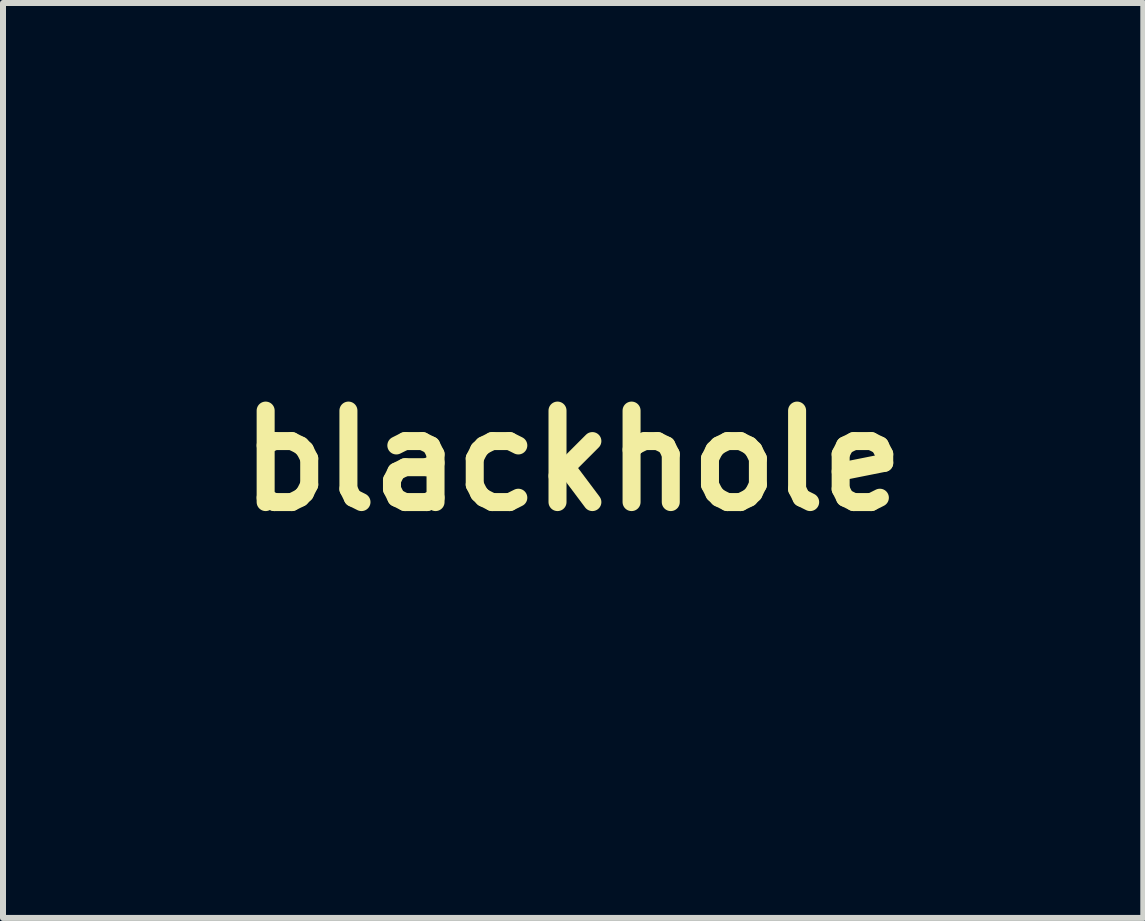
<source format=kicad_pcb>
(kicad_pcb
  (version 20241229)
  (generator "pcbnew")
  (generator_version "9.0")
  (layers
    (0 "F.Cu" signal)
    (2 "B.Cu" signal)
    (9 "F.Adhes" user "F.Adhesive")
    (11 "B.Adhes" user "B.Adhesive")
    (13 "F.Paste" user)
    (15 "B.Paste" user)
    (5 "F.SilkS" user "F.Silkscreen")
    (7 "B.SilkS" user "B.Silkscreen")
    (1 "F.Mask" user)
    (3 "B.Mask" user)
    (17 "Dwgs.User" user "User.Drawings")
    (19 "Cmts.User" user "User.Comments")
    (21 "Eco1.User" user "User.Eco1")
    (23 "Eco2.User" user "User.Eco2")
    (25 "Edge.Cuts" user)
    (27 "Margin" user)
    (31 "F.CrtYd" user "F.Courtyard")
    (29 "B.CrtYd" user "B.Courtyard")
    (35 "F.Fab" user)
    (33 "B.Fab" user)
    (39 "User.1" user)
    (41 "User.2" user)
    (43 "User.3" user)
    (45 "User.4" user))
  (footprint "blackhole"
    (layer "F.Cu")
    (at 6.492 4.625)
    (property "Reference" "blackhole" (at 0 0 0) (layer "F.SilkS") (effects (font (size 1.524 1.524) (thickness 0.3))))
    (attr through_hole)
    (fp_poly (pts (xy -1.107 -4.459) (xy -1.032 -4.414) (xy -0.975 -4.348) (xy -0.944 -4.267) (xy -0.947 -4.178) (xy -0.991 -4.087) (xy -1.01 -4.064) (xy -1.097 -3.999) (xy -1.195 -3.972) (xy -1.286 -3.986) (xy -1.373 -4.047) (xy -1.427 -4.133) (xy -1.444 -4.232) (xy -1.421 -4.329) (xy -1.374 -4.396) (xy -1.286 -4.457) (xy -1.195 -4.475) (xy -1.107 -4.459)) (stroke (width 0.01) (type solid)) (fill yes) (layer "F.Mask"))
    (fp_poly (pts (xy 1.224 3.984) (xy 1.316 4.028) (xy 1.351 4.061) (xy 1.411 4.159) (xy 1.422 4.258) (xy 1.384 4.354) (xy 1.348 4.396) (xy 1.277 4.45) (xy 1.199 4.469) (xy 1.177 4.47) (xy 1.101 4.462) (xy 1.041 4.446) (xy 1.035 4.443) (xy 0.975 4.383) (xy 0.934 4.295) (xy 0.923 4.201) (xy 0.925 4.179) (xy 0.966 4.082) (xy 1.037 4.014) (xy 1.127 3.981) (xy 1.224 3.984)) (stroke (width 0.01) (type solid)) (fill yes) (layer "F.Mask"))
    (fp_poly (pts (xy -5.841 1.53) (xy -5.798 1.551) (xy -5.744 1.596) (xy -5.673 1.67) (xy -5.639 1.707) (xy -5.348 2.021) (xy -5.075 2.295) (xy -4.813 2.537) (xy -4.554 2.751) (xy -4.291 2.944) (xy -4.018 3.12) (xy -3.727 3.286) (xy -3.607 3.35) (xy -3.091 3.591) (xy -2.563 3.784) (xy -2.021 3.932) (xy -1.46 4.034) (xy -0.878 4.091) (xy -0.63 4.102) (xy -0.454 4.108) (xy -0.321 4.116) (xy -0.225 4.128) (xy -0.157 4.146) (xy -0.111 4.173) (xy -0.079 4.209) (xy -0.055 4.258) (xy -0.052 4.265) (xy -0.032 4.366) (xy -0.061 4.466) (xy -0.112 4.539) (xy -0.173 4.61) (xy -0.576 4.613) (xy -0.722 4.614) (xy -0.859 4.613) (xy -0.974 4.611) (xy -1.055 4.609) (xy -1.079 4.607) (xy -1.695 4.525) (xy -2.292 4.397) (xy -2.87 4.224) (xy -3.427 4.006) (xy -3.961 3.744) (xy -4.47 3.439) (xy -4.951 3.092) (xy -5.405 2.703) (xy -5.456 2.655) (xy -5.566 2.546) (xy -5.687 2.421) (xy -5.809 2.288) (xy -5.925 2.158) (xy -6.026 2.039) (xy -6.103 1.942) (xy -6.129 1.906) (xy -6.168 1.811) (xy -6.163 1.716) (xy -6.119 1.632) (xy -6.044 1.566) (xy -5.943 1.529) (xy -5.885 1.524) (xy -5.841 1.53)) (stroke (width 0.01) (type solid)) (fill yes) (layer "F.Mask"))
    (fp_poly (pts (xy 0.804 -4.615) (xy 0.987 -4.606) (xy 1.105 -4.597) (xy 1.703 -4.519) (xy 2.287 -4.393) (xy 2.854 -4.222) (xy 3.402 -4.007) (xy 3.928 -3.749) (xy 4.429 -3.45) (xy 4.903 -3.111) (xy 5.346 -2.734) (xy 5.757 -2.319) (xy 5.871 -2.19) (xy 5.957 -2.088) (xy 6.032 -1.994) (xy 6.089 -1.917) (xy 6.121 -1.867) (xy 6.124 -1.86) (xy 6.138 -1.758) (xy 6.111 -1.663) (xy 6.048 -1.585) (xy 5.959 -1.535) (xy 5.883 -1.524) (xy 5.829 -1.527) (xy 5.785 -1.542) (xy 5.738 -1.577) (xy 5.678 -1.638) (xy 5.639 -1.682) (xy 5.354 -1.992) (xy 5.085 -2.264) (xy 4.824 -2.503) (xy 4.564 -2.717) (xy 4.297 -2.912) (xy 4.191 -2.983) (xy 3.785 -3.235) (xy 3.386 -3.446) (xy 2.979 -3.625) (xy 2.549 -3.777) (xy 2.181 -3.885) (xy 1.894 -3.952) (xy 1.583 -4.01) (xy 1.261 -4.057) (xy 0.944 -4.09) (xy 0.644 -4.108) (xy 0.378 -4.11) (xy 0.243 -4.113) (xy 0.146 -4.134) (xy 0.079 -4.179) (xy 0.033 -4.25) (xy 0.026 -4.265) (xy 0.007 -4.366) (xy 0.036 -4.466) (xy 0.087 -4.539) (xy 0.114 -4.569) (xy 0.143 -4.589) (xy 0.183 -4.602) (xy 0.244 -4.61) (xy 0.336 -4.615) (xy 0.461 -4.619) (xy 0.621 -4.62) (xy 0.804 -4.615)) (stroke (width 0.01) (type solid)) (fill yes) (layer "F.Mask"))
    (fp_poly (pts (xy 0.279 -1.473) (xy 0.637 -1.426) (xy 0.981 -1.342) (xy 1.121 -1.296) (xy 1.399 -1.175) (xy 1.64 -1.032) (xy 1.843 -0.87) (xy 2.006 -0.692) (xy 2.128 -0.501) (xy 2.209 -0.301) (xy 2.246 -0.096) (xy 2.24 0.113) (xy 2.188 0.321) (xy 2.089 0.525) (xy 1.943 0.722) (xy 1.869 0.8) (xy 1.64 0.99) (xy 1.37 1.15) (xy 1.061 1.279) (xy 0.714 1.378) (xy 0.686 1.384) (xy 0.553 1.405) (xy 0.383 1.422) (xy 0.192 1.432) (xy -0.008 1.437) (xy -0.201 1.436) (xy -0.374 1.428) (xy -0.512 1.414) (xy -0.521 1.413) (xy -0.884 1.334) (xy -1.21 1.225) (xy -1.498 1.086) (xy -1.745 0.917) (xy -1.935 0.738) (xy -2.087 0.538) (xy -2.191 0.331) (xy -2.246 0.121) (xy -2.251 -0.029) (xy -1.733 -0.029) (xy -1.716 0.113) (xy -1.663 0.243) (xy -1.568 0.37) (xy -1.49 0.448) (xy -1.294 0.598) (xy -1.06 0.721) (xy -0.795 0.817) (xy -0.506 0.884) (xy -0.199 0.92) (xy 0.118 0.924) (xy 0.44 0.894) (xy 0.495 0.886) (xy 0.746 0.83) (xy 0.982 0.751) (xy 1.196 0.652) (xy 1.383 0.537) (xy 1.534 0.41) (xy 1.644 0.274) (xy 1.675 0.22) (xy 1.724 0.067) (xy 1.725 -0.083) (xy 1.682 -0.229) (xy 1.599 -0.369) (xy 1.478 -0.499) (xy 1.324 -0.619) (xy 1.138 -0.724) (xy 0.926 -0.813) (xy 0.689 -0.884) (xy 0.431 -0.934) (xy 0.157 -0.961) (xy 0 -0.965) (xy -0.281 -0.952) (xy -0.55 -0.914) (xy -0.802 -0.853) (xy -1.033 -0.772) (xy -1.239 -0.673) (xy -1.415 -0.559) (xy -1.556 -0.431) (xy -1.659 -0.293) (xy -1.719 -0.146) (xy -1.733 -0.029) (xy -2.251 -0.029) (xy -2.254 -0.091) (xy -2.215 -0.3) (xy -2.132 -0.503) (xy -2.004 -0.698) (xy -1.832 -0.88) (xy -1.617 -1.047) (xy -1.419 -1.165) (xy -1.12 -1.297) (xy -0.792 -1.395) (xy -0.444 -1.457) (xy -0.084 -1.483) (xy 0.279 -1.473)) (stroke (width 0.01) (type solid)) (fill yes) (layer "F.Mask"))
    (fp_poly (pts (xy -0.711 -3.229) (xy -0.172 -3.192) (xy 0.35 -3.125) (xy 0.648 -3.071) (xy 1.149 -2.951) (xy 1.62 -2.807) (xy 2.06 -2.638) (xy 2.467 -2.446) (xy 2.839 -2.233) (xy 3.173 -2) (xy 3.468 -1.748) (xy 3.723 -1.479) (xy 3.933 -1.195) (xy 4.099 -0.896) (xy 4.218 -0.584) (xy 4.242 -0.498) (xy 4.288 -0.224) (xy 4.294 0.065) (xy 4.262 0.354) (xy 4.193 0.63) (xy 4.114 0.827) (xy 3.963 1.086) (xy 3.766 1.332) (xy 3.526 1.564) (xy 3.246 1.78) (xy 2.929 1.977) (xy 2.578 2.155) (xy 2.196 2.311) (xy 1.788 2.444) (xy 1.355 2.551) (xy 0.949 2.625) (xy 0.724 2.658) (xy 0.894 2.678) (xy 0.984 2.684) (xy 1.115 2.684) (xy 1.277 2.681) (xy 1.46 2.674) (xy 1.654 2.664) (xy 1.849 2.651) (xy 2.037 2.636) (xy 2.206 2.62) (xy 2.346 2.603) (xy 2.862 2.514) (xy 3.338 2.399) (xy 3.778 2.258) (xy 4.184 2.087) (xy 4.561 1.887) (xy 4.788 1.743) (xy 4.948 1.624) (xy 5.117 1.479) (xy 5.28 1.322) (xy 5.426 1.165) (xy 5.544 1.018) (xy 5.562 0.991) (xy 5.69 0.779) (xy 5.806 0.539) (xy 5.902 0.292) (xy 5.955 0.111) (xy 5.988 -0.012) (xy 6.017 -0.097) (xy 6.048 -0.156) (xy 6.085 -0.201) (xy 6.095 -0.21) (xy 6.186 -0.268) (xy 6.276 -0.277) (xy 6.366 -0.236) (xy 6.419 -0.19) (xy 6.471 -0.134) (xy 6.496 -0.089) (xy 6.5 -0.033) (xy 6.493 0.035) (xy 6.467 0.185) (xy 6.421 0.362) (xy 6.362 0.549) (xy 6.294 0.729) (xy 6.25 0.828) (xy 6.071 1.153) (xy 5.846 1.463) (xy 5.581 1.754) (xy 5.278 2.022) (xy 4.943 2.263) (xy 4.579 2.472) (xy 4.551 2.487) (xy 4.153 2.668) (xy 3.737 2.821) (xy 3.296 2.948) (xy 2.825 3.049) (xy 2.318 3.127) (xy 1.854 3.175) (xy 1.733 3.183) (xy 1.573 3.189) (xy 1.386 3.193) (xy 1.184 3.195) (xy 0.98 3.195) (xy 0.784 3.194) (xy 0.61 3.19) (xy 0.469 3.185) (xy 0.445 3.183) (xy 0.291 3.17) (xy 0.104 3.149) (xy -0.102 3.122) (xy -0.31 3.092) (xy -0.505 3.061) (xy -0.648 3.034) (xy -1.126 2.923) (xy -1.582 2.785) (xy -2.012 2.621) (xy -2.414 2.434) (xy -2.786 2.225) (xy -3.123 1.996) (xy -3.423 1.749) (xy -3.684 1.486) (xy -3.903 1.209) (xy -4.075 0.92) (xy -4.147 0.762) (xy -4.226 0.541) (xy -4.274 0.334) (xy -4.296 0.116) (xy -4.298 0) (xy -4.296 -0.024) (xy -3.784 -0.024) (xy -3.763 0.223) (xy -3.697 0.458) (xy -3.584 0.685) (xy -3.423 0.907) (xy -3.289 1.054) (xy -3.025 1.287) (xy -2.72 1.496) (xy -2.38 1.679) (xy -2.008 1.835) (xy -1.609 1.963) (xy -1.187 2.062) (xy -0.748 2.13) (xy -0.295 2.167) (xy 0.167 2.171) (xy 0.633 2.142) (xy 0.914 2.108) (xy 1.32 2.034) (xy 1.704 1.935) (xy 2.065 1.812) (xy 2.399 1.667) (xy 2.704 1.503) (xy 2.977 1.321) (xy 3.214 1.124) (xy 3.414 0.913) (xy 3.574 0.69) (xy 3.69 0.458) (xy 3.76 0.218) (xy 3.778 0.076) (xy 3.773 -0.173) (xy 3.722 -0.412) (xy 3.624 -0.642) (xy 3.478 -0.868) (xy 3.282 -1.092) (xy 3.279 -1.094) (xy 3.003 -1.338) (xy 2.685 -1.554) (xy 2.326 -1.742) (xy 1.927 -1.901) (xy 1.489 -2.032) (xy 1.014 -2.133) (xy 0.907 -2.151) (xy 0.728 -2.173) (xy 0.51 -2.188) (xy 0.267 -2.197) (xy 0.01 -2.199) (xy -0.249 -2.196) (xy -0.499 -2.186) (xy -0.727 -2.17) (xy -0.921 -2.149) (xy -0.991 -2.138) (xy -1.478 -2.034) (xy -1.923 -1.903) (xy -2.325 -1.744) (xy -2.685 -1.558) (xy -3.003 -1.344) (xy -3.235 -1.145) (xy -3.435 -0.931) (xy -3.588 -0.72) (xy -3.695 -0.507) (xy -3.76 -0.285) (xy -3.784 -0.052) (xy -3.784 -0.024) (xy -4.296 -0.024) (xy -4.276 -0.305) (xy -4.209 -0.593) (xy -4.097 -0.867) (xy -3.938 -1.129) (xy -3.73 -1.383) (xy -3.548 -1.564) (xy -3.24 -1.813) (xy -2.891 -2.036) (xy -2.503 -2.231) (xy -2.079 -2.397) (xy -1.621 -2.533) (xy -1.131 -2.638) (xy -0.955 -2.667) (xy -0.648 -2.713) (xy -1.105 -2.716) (xy -1.664 -2.7) (xy -2.202 -2.649) (xy -2.716 -2.563) (xy -3.205 -2.443) (xy -3.666 -2.29) (xy -4.096 -2.105) (xy -4.492 -1.888) (xy -4.852 -1.642) (xy -5.173 -1.365) (xy -5.271 -1.267) (xy -5.498 -1.005) (xy -5.682 -0.735) (xy -5.83 -0.447) (xy -5.946 -0.134) (xy -5.997 0.013) (xy -6.047 0.116) (xy -6.1 0.182) (xy -6.163 0.217) (xy -6.241 0.229) (xy -6.248 0.229) (xy -6.356 0.208) (xy -6.418 0.167) (xy -6.461 0.124) (xy -6.482 0.076) (xy -6.487 0.006) (xy -6.487 -0.03) (xy -6.469 -0.164) (xy -6.426 -0.329) (xy -6.359 -0.517) (xy -6.271 -0.718) (xy -6.231 -0.799) (xy -6.025 -1.151) (xy -5.775 -1.481) (xy -5.483 -1.786) (xy -5.15 -2.066) (xy -4.779 -2.319) (xy -4.371 -2.545) (xy -3.928 -2.742) (xy -3.452 -2.908) (xy -2.944 -3.044) (xy -2.819 -3.071) (xy -2.324 -3.156) (xy -1.799 -3.211) (xy -1.258 -3.235) (xy -0.711 -3.229)) (stroke (width 0.01) (type solid)) (fill yes) (layer "F.Mask")))
  (gr_rect
    (start -3 -3)
    (end 15.997 12.243)
    (stroke (width 0.1) (type default))
    (fill no)
    (layer "Edge.Cuts")))
</source>
